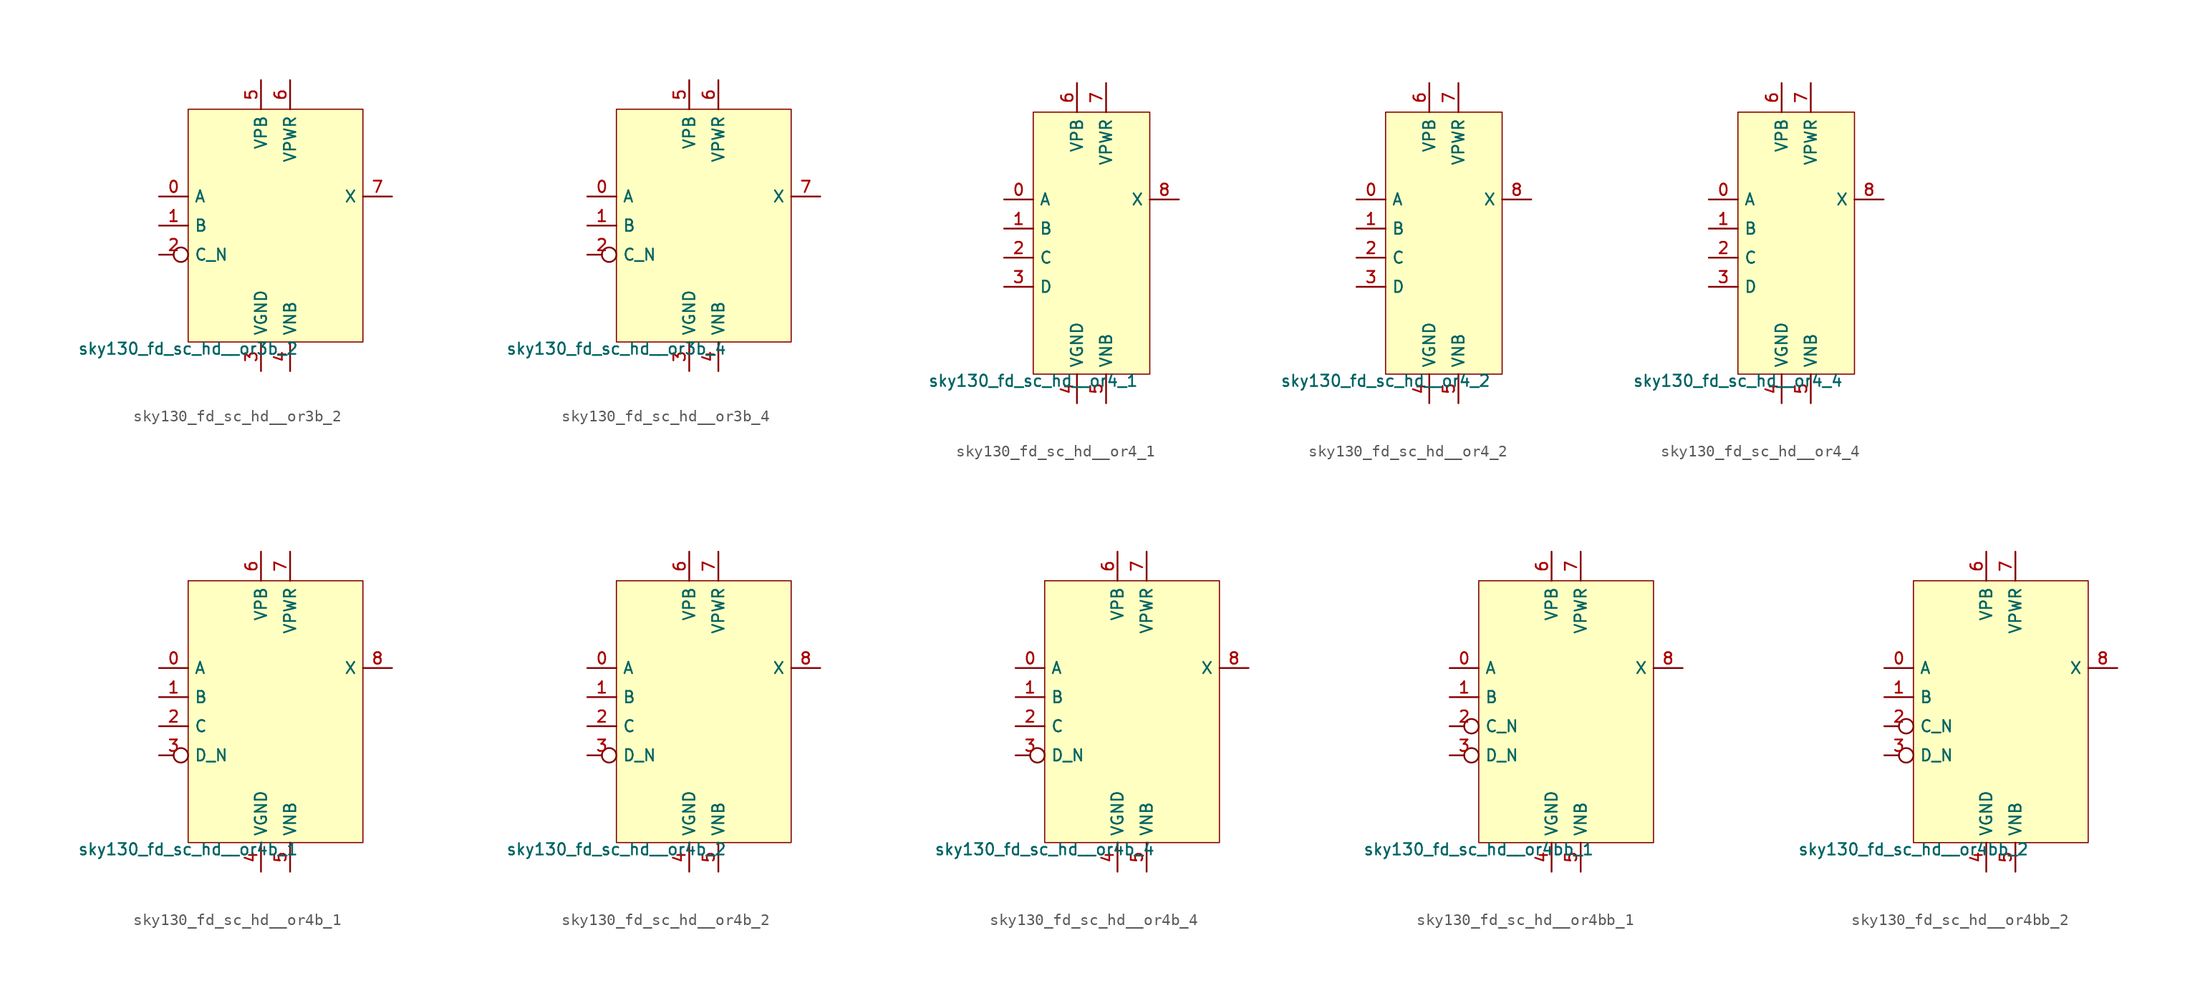
<source format=kicad_sym>
(kicad_symbol_lib
  (version 20211014)
  (generator lef2kicad_sym)
  (symbol "sky130_fd_sc_hd__or3b_2"
    (property "Reference" "X"
      (at 0 0 0)
      (effects (font (size 1 1)) hide))
    (property "Value" "sky130_fd_sc_hd__or3b_2"
      (at -7.62 -10.16 0)
      (effects (font (size 1 1)) (justify top)))
    (rectangle
      (start -7.62 -10.16)
      (end 7.62 10.16)
      (stroke (width 0.1) (type solid) (color 0 0 0 0))
      (fill (type background)))
    (pin input line
      (at -10.16 2.54 0)
      (length 2.54)
      (name "A" (effects (font (size 1 1)) hide))
      (number "0" (effects (font (size 1 1)) hide)))
    (pin input line
      (at -10.16 0.0 0)
      (length 2.54)
      (name "B" (effects (font (size 1 1)) hide))
      (number "1" (effects (font (size 1 1)) hide)))
    (pin input inverted
      (at -10.16 -2.54 0)
      (length 2.54)
      (name "C_N" (effects (font (size 1 1)) hide))
      (number "2" (effects (font (size 1 1)) hide)))
    (pin power_in line
      (at -1.27 -12.7 90)
      (length 2.54)
      (name "VGND" (effects (font (size 1 1)) hide))
      (number "3" (effects (font (size 1 1)) hide)))
    (pin power_in line
      (at 1.27 -12.7 90)
      (length 2.54)
      (name "VNB" (effects (font (size 1 1)) hide))
      (number "4" (effects (font (size 1 1)) hide)))
    (pin power_in line
      (at -1.27 12.7 270)
      (length 2.54)
      (name "VPB" (effects (font (size 1 1)) hide))
      (number "5" (effects (font (size 1 1)) hide)))
    (pin power_in line
      (at 1.27 12.7 270)
      (length 2.54)
      (name "VPWR" (effects (font (size 1 1)) hide))
      (number "6" (effects (font (size 1 1)) hide)))
    (pin output line
      (at 10.16 2.54 180)
      (length 2.54)
      (name "X" (effects (font (size 1 1)) hide))
      (number "7" (effects (font (size 1 1)) hide))))
  (symbol "sky130_fd_sc_hd__or3b_4"
    (property "Reference" "X"
      (at 0 0 0)
      (effects (font (size 1 1)) hide))
    (property "Value" "sky130_fd_sc_hd__or3b_4"
      (at -7.62 -10.16 0)
      (effects (font (size 1 1)) (justify top)))
    (rectangle
      (start -7.62 -10.16)
      (end 7.62 10.16)
      (stroke (width 0.1) (type solid) (color 0 0 0 0))
      (fill (type background)))
    (pin input line
      (at -10.16 2.54 0)
      (length 2.54)
      (name "A" (effects (font (size 1 1)) hide))
      (number "0" (effects (font (size 1 1)) hide)))
    (pin input line
      (at -10.16 0.0 0)
      (length 2.54)
      (name "B" (effects (font (size 1 1)) hide))
      (number "1" (effects (font (size 1 1)) hide)))
    (pin input inverted
      (at -10.16 -2.54 0)
      (length 2.54)
      (name "C_N" (effects (font (size 1 1)) hide))
      (number "2" (effects (font (size 1 1)) hide)))
    (pin power_in line
      (at -1.27 -12.7 90)
      (length 2.54)
      (name "VGND" (effects (font (size 1 1)) hide))
      (number "3" (effects (font (size 1 1)) hide)))
    (pin power_in line
      (at 1.27 -12.7 90)
      (length 2.54)
      (name "VNB" (effects (font (size 1 1)) hide))
      (number "4" (effects (font (size 1 1)) hide)))
    (pin power_in line
      (at -1.27 12.7 270)
      (length 2.54)
      (name "VPB" (effects (font (size 1 1)) hide))
      (number "5" (effects (font (size 1 1)) hide)))
    (pin power_in line
      (at 1.27 12.7 270)
      (length 2.54)
      (name "VPWR" (effects (font (size 1 1)) hide))
      (number "6" (effects (font (size 1 1)) hide)))
    (pin output line
      (at 10.16 2.54 180)
      (length 2.54)
      (name "X" (effects (font (size 1 1)) hide))
      (number "7" (effects (font (size 1 1)) hide))))
  (symbol "sky130_fd_sc_hd__or4_1"
    (property "Reference" "X"
      (at 0 0 0)
      (effects (font (size 1 1)) hide))
    (property "Value" "sky130_fd_sc_hd__or4_1"
      (at -5.08 -11.43 0)
      (effects (font (size 1 1)) (justify top)))
    (rectangle
      (start -5.08 -11.43)
      (end 5.08 11.43)
      (stroke (width 0.1) (type solid) (color 0 0 0 0))
      (fill (type background)))
    (pin input line
      (at -7.62 3.81 0)
      (length 2.54)
      (name "A" (effects (font (size 1 1)) hide))
      (number "0" (effects (font (size 1 1)) hide)))
    (pin input line
      (at -7.62 1.27 0)
      (length 2.54)
      (name "B" (effects (font (size 1 1)) hide))
      (number "1" (effects (font (size 1 1)) hide)))
    (pin input line
      (at -7.62 -1.27 0)
      (length 2.54)
      (name "C" (effects (font (size 1 1)) hide))
      (number "2" (effects (font (size 1 1)) hide)))
    (pin input line
      (at -7.62 -3.81 0)
      (length 2.54)
      (name "D" (effects (font (size 1 1)) hide))
      (number "3" (effects (font (size 1 1)) hide)))
    (pin power_in line
      (at -1.27 -13.97 90)
      (length 2.54)
      (name "VGND" (effects (font (size 1 1)) hide))
      (number "4" (effects (font (size 1 1)) hide)))
    (pin power_in line
      (at 1.27 -13.97 90)
      (length 2.54)
      (name "VNB" (effects (font (size 1 1)) hide))
      (number "5" (effects (font (size 1 1)) hide)))
    (pin power_in line
      (at -1.27 13.97 270)
      (length 2.54)
      (name "VPB" (effects (font (size 1 1)) hide))
      (number "6" (effects (font (size 1 1)) hide)))
    (pin power_in line
      (at 1.27 13.97 270)
      (length 2.54)
      (name "VPWR" (effects (font (size 1 1)) hide))
      (number "7" (effects (font (size 1 1)) hide)))
    (pin output line
      (at 7.62 3.81 180)
      (length 2.54)
      (name "X" (effects (font (size 1 1)) hide))
      (number "8" (effects (font (size 1 1)) hide))))
  (symbol "sky130_fd_sc_hd__or4_2"
    (property "Reference" "X"
      (at 0 0 0)
      (effects (font (size 1 1)) hide))
    (property "Value" "sky130_fd_sc_hd__or4_2"
      (at -5.08 -11.43 0)
      (effects (font (size 1 1)) (justify top)))
    (rectangle
      (start -5.08 -11.43)
      (end 5.08 11.43)
      (stroke (width 0.1) (type solid) (color 0 0 0 0))
      (fill (type background)))
    (pin input line
      (at -7.62 3.81 0)
      (length 2.54)
      (name "A" (effects (font (size 1 1)) hide))
      (number "0" (effects (font (size 1 1)) hide)))
    (pin input line
      (at -7.62 1.27 0)
      (length 2.54)
      (name "B" (effects (font (size 1 1)) hide))
      (number "1" (effects (font (size 1 1)) hide)))
    (pin input line
      (at -7.62 -1.27 0)
      (length 2.54)
      (name "C" (effects (font (size 1 1)) hide))
      (number "2" (effects (font (size 1 1)) hide)))
    (pin input line
      (at -7.62 -3.81 0)
      (length 2.54)
      (name "D" (effects (font (size 1 1)) hide))
      (number "3" (effects (font (size 1 1)) hide)))
    (pin power_in line
      (at -1.27 -13.97 90)
      (length 2.54)
      (name "VGND" (effects (font (size 1 1)) hide))
      (number "4" (effects (font (size 1 1)) hide)))
    (pin power_in line
      (at 1.27 -13.97 90)
      (length 2.54)
      (name "VNB" (effects (font (size 1 1)) hide))
      (number "5" (effects (font (size 1 1)) hide)))
    (pin power_in line
      (at -1.27 13.97 270)
      (length 2.54)
      (name "VPB" (effects (font (size 1 1)) hide))
      (number "6" (effects (font (size 1 1)) hide)))
    (pin power_in line
      (at 1.27 13.97 270)
      (length 2.54)
      (name "VPWR" (effects (font (size 1 1)) hide))
      (number "7" (effects (font (size 1 1)) hide)))
    (pin output line
      (at 7.62 3.81 180)
      (length 2.54)
      (name "X" (effects (font (size 1 1)) hide))
      (number "8" (effects (font (size 1 1)) hide))))
  (symbol "sky130_fd_sc_hd__or4_4"
    (property "Reference" "X"
      (at 0 0 0)
      (effects (font (size 1 1)) hide))
    (property "Value" "sky130_fd_sc_hd__or4_4"
      (at -5.08 -11.43 0)
      (effects (font (size 1 1)) (justify top)))
    (rectangle
      (start -5.08 -11.43)
      (end 5.08 11.43)
      (stroke (width 0.1) (type solid) (color 0 0 0 0))
      (fill (type background)))
    (pin input line
      (at -7.62 3.81 0)
      (length 2.54)
      (name "A" (effects (font (size 1 1)) hide))
      (number "0" (effects (font (size 1 1)) hide)))
    (pin input line
      (at -7.62 1.27 0)
      (length 2.54)
      (name "B" (effects (font (size 1 1)) hide))
      (number "1" (effects (font (size 1 1)) hide)))
    (pin input line
      (at -7.62 -1.27 0)
      (length 2.54)
      (name "C" (effects (font (size 1 1)) hide))
      (number "2" (effects (font (size 1 1)) hide)))
    (pin input line
      (at -7.62 -3.81 0)
      (length 2.54)
      (name "D" (effects (font (size 1 1)) hide))
      (number "3" (effects (font (size 1 1)) hide)))
    (pin power_in line
      (at -1.27 -13.97 90)
      (length 2.54)
      (name "VGND" (effects (font (size 1 1)) hide))
      (number "4" (effects (font (size 1 1)) hide)))
    (pin power_in line
      (at 1.27 -13.97 90)
      (length 2.54)
      (name "VNB" (effects (font (size 1 1)) hide))
      (number "5" (effects (font (size 1 1)) hide)))
    (pin power_in line
      (at -1.27 13.97 270)
      (length 2.54)
      (name "VPB" (effects (font (size 1 1)) hide))
      (number "6" (effects (font (size 1 1)) hide)))
    (pin power_in line
      (at 1.27 13.97 270)
      (length 2.54)
      (name "VPWR" (effects (font (size 1 1)) hide))
      (number "7" (effects (font (size 1 1)) hide)))
    (pin output line
      (at 7.62 3.81 180)
      (length 2.54)
      (name "X" (effects (font (size 1 1)) hide))
      (number "8" (effects (font (size 1 1)) hide))))
  (symbol "sky130_fd_sc_hd__or4b_1"
    (property "Reference" "X"
      (at 0 0 0)
      (effects (font (size 1 1)) hide))
    (property "Value" "sky130_fd_sc_hd__or4b_1"
      (at -7.62 -11.43 0)
      (effects (font (size 1 1)) (justify top)))
    (rectangle
      (start -7.62 -11.43)
      (end 7.62 11.43)
      (stroke (width 0.1) (type solid) (color 0 0 0 0))
      (fill (type background)))
    (pin input line
      (at -10.16 3.81 0)
      (length 2.54)
      (name "A" (effects (font (size 1 1)) hide))
      (number "0" (effects (font (size 1 1)) hide)))
    (pin input line
      (at -10.16 1.27 0)
      (length 2.54)
      (name "B" (effects (font (size 1 1)) hide))
      (number "1" (effects (font (size 1 1)) hide)))
    (pin input line
      (at -10.16 -1.27 0)
      (length 2.54)
      (name "C" (effects (font (size 1 1)) hide))
      (number "2" (effects (font (size 1 1)) hide)))
    (pin input inverted
      (at -10.16 -3.81 0)
      (length 2.54)
      (name "D_N" (effects (font (size 1 1)) hide))
      (number "3" (effects (font (size 1 1)) hide)))
    (pin power_in line
      (at -1.27 -13.97 90)
      (length 2.54)
      (name "VGND" (effects (font (size 1 1)) hide))
      (number "4" (effects (font (size 1 1)) hide)))
    (pin power_in line
      (at 1.27 -13.97 90)
      (length 2.54)
      (name "VNB" (effects (font (size 1 1)) hide))
      (number "5" (effects (font (size 1 1)) hide)))
    (pin power_in line
      (at -1.27 13.97 270)
      (length 2.54)
      (name "VPB" (effects (font (size 1 1)) hide))
      (number "6" (effects (font (size 1 1)) hide)))
    (pin power_in line
      (at 1.27 13.97 270)
      (length 2.54)
      (name "VPWR" (effects (font (size 1 1)) hide))
      (number "7" (effects (font (size 1 1)) hide)))
    (pin output line
      (at 10.16 3.81 180)
      (length 2.54)
      (name "X" (effects (font (size 1 1)) hide))
      (number "8" (effects (font (size 1 1)) hide))))
  (symbol "sky130_fd_sc_hd__or4b_2"
    (property "Reference" "X"
      (at 0 0 0)
      (effects (font (size 1 1)) hide))
    (property "Value" "sky130_fd_sc_hd__or4b_2"
      (at -7.62 -11.43 0)
      (effects (font (size 1 1)) (justify top)))
    (rectangle
      (start -7.62 -11.43)
      (end 7.62 11.43)
      (stroke (width 0.1) (type solid) (color 0 0 0 0))
      (fill (type background)))
    (pin input line
      (at -10.16 3.81 0)
      (length 2.54)
      (name "A" (effects (font (size 1 1)) hide))
      (number "0" (effects (font (size 1 1)) hide)))
    (pin input line
      (at -10.16 1.27 0)
      (length 2.54)
      (name "B" (effects (font (size 1 1)) hide))
      (number "1" (effects (font (size 1 1)) hide)))
    (pin input line
      (at -10.16 -1.27 0)
      (length 2.54)
      (name "C" (effects (font (size 1 1)) hide))
      (number "2" (effects (font (size 1 1)) hide)))
    (pin input inverted
      (at -10.16 -3.81 0)
      (length 2.54)
      (name "D_N" (effects (font (size 1 1)) hide))
      (number "3" (effects (font (size 1 1)) hide)))
    (pin power_in line
      (at -1.27 -13.97 90)
      (length 2.54)
      (name "VGND" (effects (font (size 1 1)) hide))
      (number "4" (effects (font (size 1 1)) hide)))
    (pin power_in line
      (at 1.27 -13.97 90)
      (length 2.54)
      (name "VNB" (effects (font (size 1 1)) hide))
      (number "5" (effects (font (size 1 1)) hide)))
    (pin power_in line
      (at -1.27 13.97 270)
      (length 2.54)
      (name "VPB" (effects (font (size 1 1)) hide))
      (number "6" (effects (font (size 1 1)) hide)))
    (pin power_in line
      (at 1.27 13.97 270)
      (length 2.54)
      (name "VPWR" (effects (font (size 1 1)) hide))
      (number "7" (effects (font (size 1 1)) hide)))
    (pin output line
      (at 10.16 3.81 180)
      (length 2.54)
      (name "X" (effects (font (size 1 1)) hide))
      (number "8" (effects (font (size 1 1)) hide))))
  (symbol "sky130_fd_sc_hd__or4b_4"
    (property "Reference" "X"
      (at 0 0 0)
      (effects (font (size 1 1)) hide))
    (property "Value" "sky130_fd_sc_hd__or4b_4"
      (at -7.62 -11.43 0)
      (effects (font (size 1 1)) (justify top)))
    (rectangle
      (start -7.62 -11.43)
      (end 7.62 11.43)
      (stroke (width 0.1) (type solid) (color 0 0 0 0))
      (fill (type background)))
    (pin input line
      (at -10.16 3.81 0)
      (length 2.54)
      (name "A" (effects (font (size 1 1)) hide))
      (number "0" (effects (font (size 1 1)) hide)))
    (pin input line
      (at -10.16 1.27 0)
      (length 2.54)
      (name "B" (effects (font (size 1 1)) hide))
      (number "1" (effects (font (size 1 1)) hide)))
    (pin input line
      (at -10.16 -1.27 0)
      (length 2.54)
      (name "C" (effects (font (size 1 1)) hide))
      (number "2" (effects (font (size 1 1)) hide)))
    (pin input inverted
      (at -10.16 -3.81 0)
      (length 2.54)
      (name "D_N" (effects (font (size 1 1)) hide))
      (number "3" (effects (font (size 1 1)) hide)))
    (pin power_in line
      (at -1.27 -13.97 90)
      (length 2.54)
      (name "VGND" (effects (font (size 1 1)) hide))
      (number "4" (effects (font (size 1 1)) hide)))
    (pin power_in line
      (at 1.27 -13.97 90)
      (length 2.54)
      (name "VNB" (effects (font (size 1 1)) hide))
      (number "5" (effects (font (size 1 1)) hide)))
    (pin power_in line
      (at -1.27 13.97 270)
      (length 2.54)
      (name "VPB" (effects (font (size 1 1)) hide))
      (number "6" (effects (font (size 1 1)) hide)))
    (pin power_in line
      (at 1.27 13.97 270)
      (length 2.54)
      (name "VPWR" (effects (font (size 1 1)) hide))
      (number "7" (effects (font (size 1 1)) hide)))
    (pin output line
      (at 10.16 3.81 180)
      (length 2.54)
      (name "X" (effects (font (size 1 1)) hide))
      (number "8" (effects (font (size 1 1)) hide))))
  (symbol "sky130_fd_sc_hd__or4bb_1"
    (property "Reference" "X"
      (at 0 0 0)
      (effects (font (size 1 1)) hide))
    (property "Value" "sky130_fd_sc_hd__or4bb_1"
      (at -7.62 -11.43 0)
      (effects (font (size 1 1)) (justify top)))
    (rectangle
      (start -7.62 -11.43)
      (end 7.62 11.43)
      (stroke (width 0.1) (type solid) (color 0 0 0 0))
      (fill (type background)))
    (pin input line
      (at -10.16 3.81 0)
      (length 2.54)
      (name "A" (effects (font (size 1 1)) hide))
      (number "0" (effects (font (size 1 1)) hide)))
    (pin input line
      (at -10.16 1.27 0)
      (length 2.54)
      (name "B" (effects (font (size 1 1)) hide))
      (number "1" (effects (font (size 1 1)) hide)))
    (pin input inverted
      (at -10.16 -1.27 0)
      (length 2.54)
      (name "C_N" (effects (font (size 1 1)) hide))
      (number "2" (effects (font (size 1 1)) hide)))
    (pin input inverted
      (at -10.16 -3.81 0)
      (length 2.54)
      (name "D_N" (effects (font (size 1 1)) hide))
      (number "3" (effects (font (size 1 1)) hide)))
    (pin power_in line
      (at -1.27 -13.97 90)
      (length 2.54)
      (name "VGND" (effects (font (size 1 1)) hide))
      (number "4" (effects (font (size 1 1)) hide)))
    (pin power_in line
      (at 1.27 -13.97 90)
      (length 2.54)
      (name "VNB" (effects (font (size 1 1)) hide))
      (number "5" (effects (font (size 1 1)) hide)))
    (pin power_in line
      (at -1.27 13.97 270)
      (length 2.54)
      (name "VPB" (effects (font (size 1 1)) hide))
      (number "6" (effects (font (size 1 1)) hide)))
    (pin power_in line
      (at 1.27 13.97 270)
      (length 2.54)
      (name "VPWR" (effects (font (size 1 1)) hide))
      (number "7" (effects (font (size 1 1)) hide)))
    (pin output line
      (at 10.16 3.81 180)
      (length 2.54)
      (name "X" (effects (font (size 1 1)) hide))
      (number "8" (effects (font (size 1 1)) hide))))
  (symbol "sky130_fd_sc_hd__or4bb_2"
    (property "Reference" "X"
      (at 0 0 0)
      (effects (font (size 1 1)) hide))
    (property "Value" "sky130_fd_sc_hd__or4bb_2"
      (at -7.62 -11.43 0)
      (effects (font (size 1 1)) (justify top)))
    (rectangle
      (start -7.62 -11.43)
      (end 7.62 11.43)
      (stroke (width 0.1) (type solid) (color 0 0 0 0))
      (fill (type background)))
    (pin input line
      (at -10.16 3.81 0)
      (length 2.54)
      (name "A" (effects (font (size 1 1)) hide))
      (number "0" (effects (font (size 1 1)) hide)))
    (pin input line
      (at -10.16 1.27 0)
      (length 2.54)
      (name "B" (effects (font (size 1 1)) hide))
      (number "1" (effects (font (size 1 1)) hide)))
    (pin input inverted
      (at -10.16 -1.27 0)
      (length 2.54)
      (name "C_N" (effects (font (size 1 1)) hide))
      (number "2" (effects (font (size 1 1)) hide)))
    (pin input inverted
      (at -10.16 -3.81 0)
      (length 2.54)
      (name "D_N" (effects (font (size 1 1)) hide))
      (number "3" (effects (font (size 1 1)) hide)))
    (pin power_in line
      (at -1.27 -13.97 90)
      (length 2.54)
      (name "VGND" (effects (font (size 1 1)) hide))
      (number "4" (effects (font (size 1 1)) hide)))
    (pin power_in line
      (at 1.27 -13.97 90)
      (length 2.54)
      (name "VNB" (effects (font (size 1 1)) hide))
      (number "5" (effects (font (size 1 1)) hide)))
    (pin power_in line
      (at -1.27 13.97 270)
      (length 2.54)
      (name "VPB" (effects (font (size 1 1)) hide))
      (number "6" (effects (font (size 1 1)) hide)))
    (pin power_in line
      (at 1.27 13.97 270)
      (length 2.54)
      (name "VPWR" (effects (font (size 1 1)) hide))
      (number "7" (effects (font (size 1 1)) hide)))
    (pin output line
      (at 10.16 3.81 180)
      (length 2.54)
      (name "X" (effects (font (size 1 1)) hide))
      (number "8" (effects (font (size 1 1)) hide)))))
</source>
